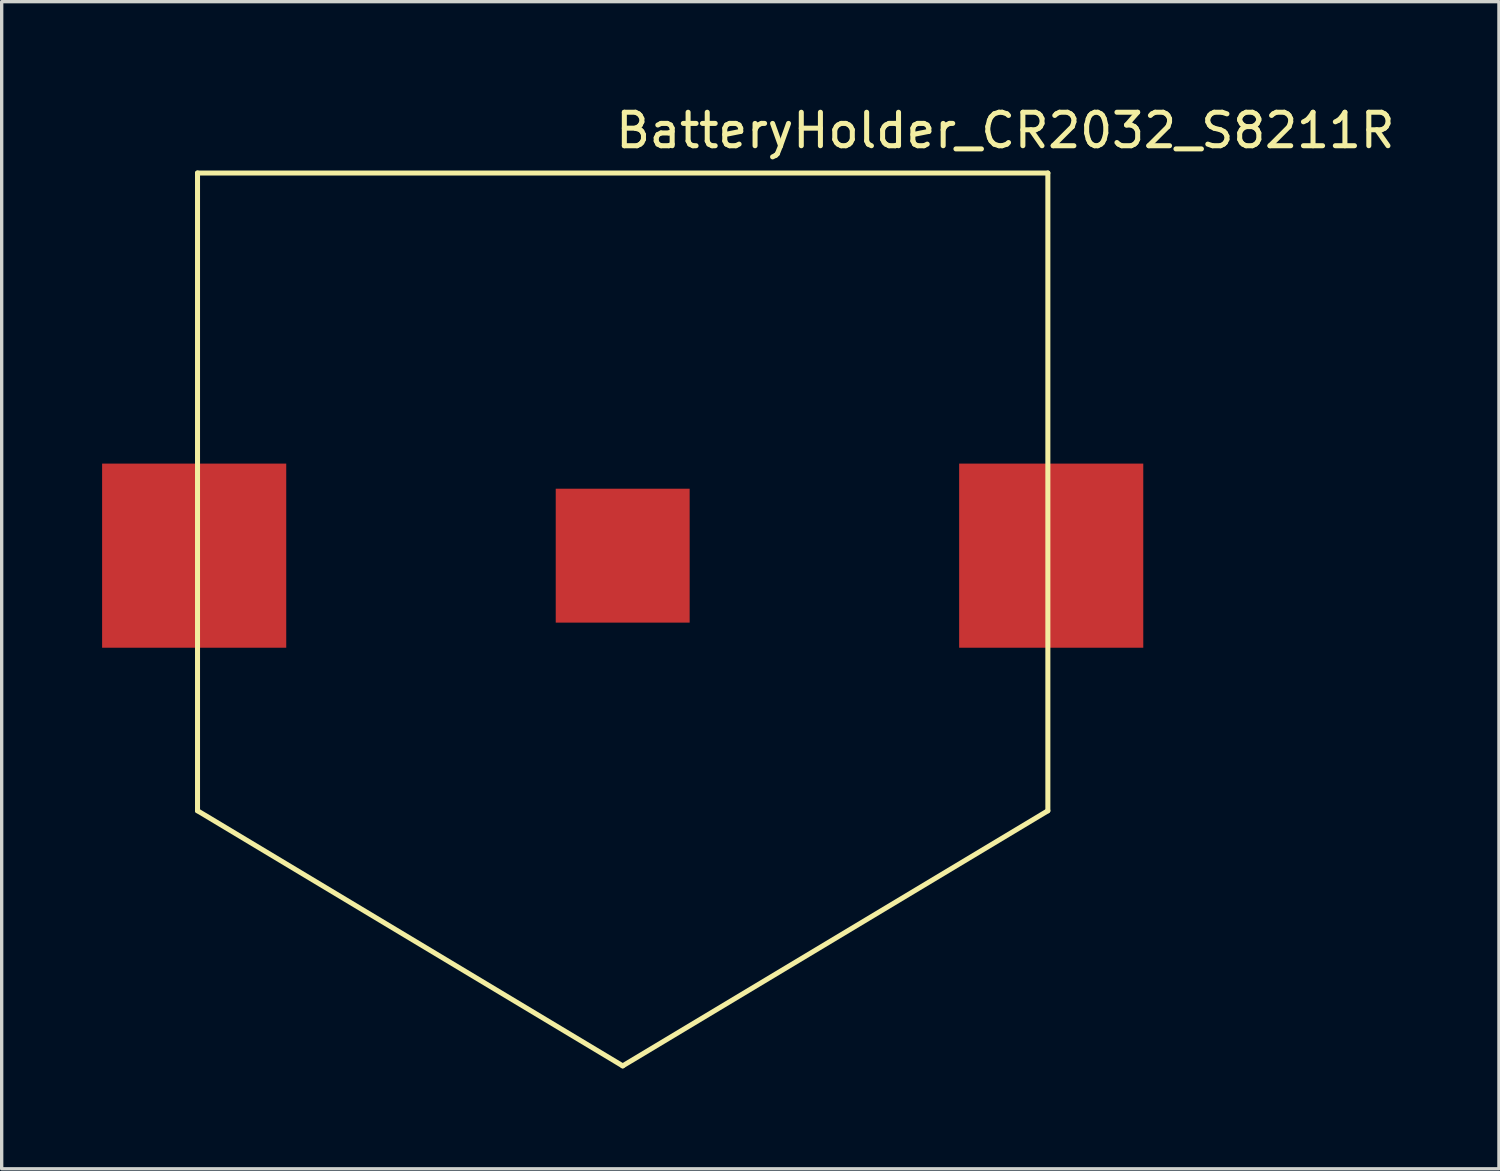
<source format=kicad_pcb>
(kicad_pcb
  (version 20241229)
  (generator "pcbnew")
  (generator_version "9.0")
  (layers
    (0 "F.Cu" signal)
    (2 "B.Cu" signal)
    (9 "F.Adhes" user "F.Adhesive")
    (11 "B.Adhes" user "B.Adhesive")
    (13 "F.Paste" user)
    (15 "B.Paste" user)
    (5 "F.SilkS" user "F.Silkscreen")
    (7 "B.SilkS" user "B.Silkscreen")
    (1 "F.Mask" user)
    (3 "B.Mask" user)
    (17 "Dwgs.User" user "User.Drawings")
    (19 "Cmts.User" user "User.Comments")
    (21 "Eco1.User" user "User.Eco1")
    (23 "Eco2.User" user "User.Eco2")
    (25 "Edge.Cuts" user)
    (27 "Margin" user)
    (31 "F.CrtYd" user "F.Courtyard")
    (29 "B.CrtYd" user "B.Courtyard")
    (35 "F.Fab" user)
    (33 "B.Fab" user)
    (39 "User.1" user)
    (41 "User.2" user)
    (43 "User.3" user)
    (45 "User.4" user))
  (footprint "BatteryHolder_CR2032_S8211R"
    (layer "F.Cu")
    (at 15.55 13.548)
    (property "Reference" "BatteryHolder_CR2032_S8211R" (at 11.43 -12.7 0) (layer "F.SilkS") (effects (font (size 1 1) (thickness 0.15))))
    (attr through_hole)
    (fp_line (start -12.7 -11.43) (end -12.7 7.62) (stroke (width 0.15) (type solid)) (layer "F.SilkS"))
    (fp_line (start -12.7 -11.43) (end 12.7 -11.43) (stroke (width 0.15) (type solid)) (layer "F.SilkS"))
    (fp_line (start -12.7 7.62) (end 0 15.24) (stroke (width 0.15) (type solid)) (layer "F.SilkS"))
    (fp_line (start 0 15.24) (end 12.7 7.62) (stroke (width 0.15) (type solid)) (layer "F.SilkS"))
    (fp_line (start 12.7 7.62) (end 12.7 -11.43) (stroke (width 0.15) (type solid)) (layer "F.SilkS"))
    (pad "1" smd rect (at -12.8 0) (size 5.5 5.5) (layers "F.Cu" "F.Mask" "F.Paste"))
    (pad "1" smd rect (at 12.8 0) (size 5.5 5.5) (layers "F.Cu" "F.Mask" "F.Paste"))
    (pad "2" smd rect (at 0 0) (size 4 4) (layers "F.Cu" "F.Mask" "F.Paste")))
  (gr_rect
    (start -3 -3)
    (end 41.724 31.863)
    (stroke (width 0.1) (type default))
    (fill no)
    (layer "Edge.Cuts")))
</source>
